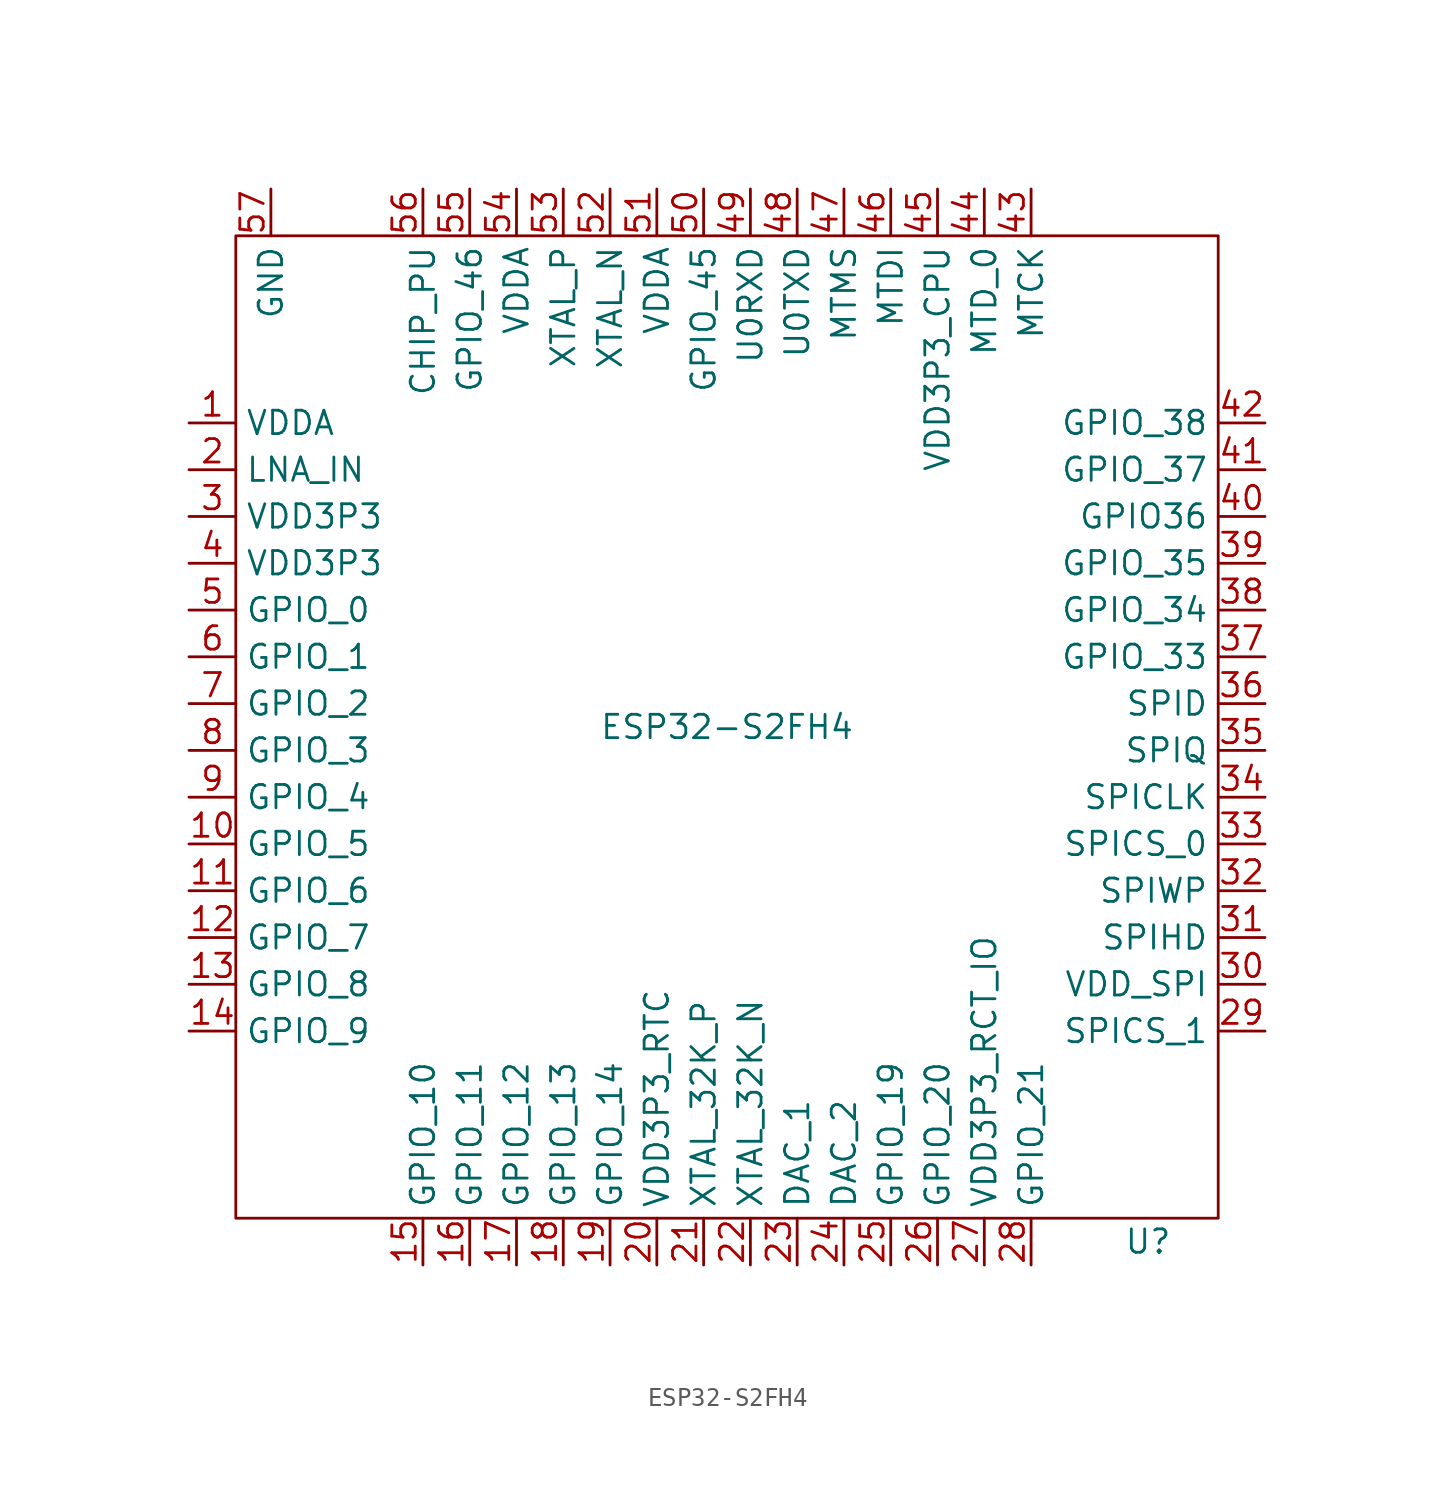
<source format=kicad_sym>
(kicad_symbol_lib
  (version 20211014)
  (generator kicad_symbol_editor)
  (symbol "ESP32-S2FH4"
    (property "Reference" "U"
      (at 22.86 -27.94 0)
      (effects (font (size 1.27 1.27))))
    (property "Value" "ESP32-S2FH4"
      (at 0 0 0)
      (effects (font (size 1.27 1.27))))
    (symbol "ESP32-S2FH4_0_1"
      (rectangle (start -26.67 26.67) (end 26.67 -26.67) (stroke (width 0.152) (type default) (color 0 0 0 0)) (fill (type none))))
    (symbol "ESP32-S2FH4_1_1"
      (pin power_in line (at -29.21 16.51 0) (length 2.54) (name "VDDA" (effects (font (size 1.27 1.27)))) (number "1" (effects (font (size 1.27 1.27)))))
      (pin bidirectional line (at -29.21 -6.35 0) (length 2.54) (name "GPIO_5" (effects (font (size 1.27 1.27)))) (number "10" (effects (font (size 1.27 1.27)))))
      (pin bidirectional line (at -29.21 -8.89 0) (length 2.54) (name "GPIO_6" (effects (font (size 1.27 1.27)))) (number "11" (effects (font (size 1.27 1.27)))))
      (pin bidirectional line (at -29.21 -11.43 0) (length 2.54) (name "GPIO_7" (effects (font (size 1.27 1.27)))) (number "12" (effects (font (size 1.27 1.27)))))
      (pin bidirectional line (at -29.21 -13.97 0) (length 2.54) (name "GPIO_8" (effects (font (size 1.27 1.27)))) (number "13" (effects (font (size 1.27 1.27)))))
      (pin bidirectional line (at -29.21 -16.51 0) (length 2.54) (name "GPIO_9" (effects (font (size 1.27 1.27)))) (number "14" (effects (font (size 1.27 1.27)))))
      (pin bidirectional line (at -16.51 -29.21 90) (length 2.54) (name "GPIO_10" (effects (font (size 1.27 1.27)))) (number "15" (effects (font (size 1.27 1.27)))))
      (pin bidirectional line (at -13.97 -29.21 90) (length 2.54) (name "GPIO_11" (effects (font (size 1.27 1.27)))) (number "16" (effects (font (size 1.27 1.27)))))
      (pin bidirectional line (at -11.43 -29.21 90) (length 2.54) (name "GPIO_12" (effects (font (size 1.27 1.27)))) (number "17" (effects (font (size 1.27 1.27)))))
      (pin bidirectional line (at -8.89 -29.21 90) (length 2.54) (name "GPIO_13" (effects (font (size 1.27 1.27)))) (number "18" (effects (font (size 1.27 1.27)))))
      (pin bidirectional line (at -6.35 -29.21 90) (length 2.54) (name "GPIO_14" (effects (font (size 1.27 1.27)))) (number "19" (effects (font (size 1.27 1.27)))))
      (pin passive line (at -29.21 13.97 0) (length 2.54) (name "LNA_IN" (effects (font (size 1.27 1.27)))) (number "2" (effects (font (size 1.27 1.27)))))
      (pin power_in line (at -3.81 -29.21 90) (length 2.54) (name "VDD3P3_RTC" (effects (font (size 1.27 1.27)))) (number "20" (effects (font (size 1.27 1.27)))))
      (pin input line (at -1.27 -29.21 90) (length 2.54) (name "XTAL_32K_P" (effects (font (size 1.27 1.27)))) (number "21" (effects (font (size 1.27 1.27)))))
      (pin input line (at 1.27 -29.21 90) (length 2.54) (name "XTAL_32K_N" (effects (font (size 1.27 1.27)))) (number "22" (effects (font (size 1.27 1.27)))))
      (pin bidirectional line (at 3.81 -29.21 90) (length 2.54) (name "DAC_1" (effects (font (size 1.27 1.27)))) (number "23" (effects (font (size 1.27 1.27)))))
      (pin bidirectional line (at 6.35 -29.21 90) (length 2.54) (name "DAC_2" (effects (font (size 1.27 1.27)))) (number "24" (effects (font (size 1.27 1.27)))))
      (pin bidirectional line (at 8.89 -29.21 90) (length 2.54) (name "GPIO_19" (effects (font (size 1.27 1.27)))) (number "25" (effects (font (size 1.27 1.27)))))
      (pin bidirectional line (at 11.43 -29.21 90) (length 2.54) (name "GPIO_20" (effects (font (size 1.27 1.27)))) (number "26" (effects (font (size 1.27 1.27)))))
      (pin bidirectional line (at 13.97 -29.21 90) (length 2.54) (name "VDD3P3_RCT_IO" (effects (font (size 1.27 1.27)))) (number "27" (effects (font (size 1.27 1.27)))))
      (pin bidirectional line (at 16.51 -29.21 90) (length 2.54) (name "GPIO_21" (effects (font (size 1.27 1.27)))) (number "28" (effects (font (size 1.27 1.27)))))
      (pin bidirectional line (at 29.21 -16.51 180) (length 2.54) (name "SPICS_1" (effects (font (size 1.27 1.27)))) (number "29" (effects (font (size 1.27 1.27)))))
      (pin power_in line (at -29.21 11.43 0) (length 2.54) (name "VDD3P3" (effects (font (size 1.27 1.27)))) (number "3" (effects (font (size 1.27 1.27)))))
      (pin power_in line (at 29.21 -13.97 180) (length 2.54) (name "VDD_SPI" (effects (font (size 1.27 1.27)))) (number "30" (effects (font (size 1.27 1.27)))))
      (pin bidirectional line (at 29.21 -11.43 180) (length 2.54) (name "SPIHD" (effects (font (size 1.27 1.27)))) (number "31" (effects (font (size 1.27 1.27)))))
      (pin bidirectional line (at 29.21 -8.89 180) (length 2.54) (name "SPIWP" (effects (font (size 1.27 1.27)))) (number "32" (effects (font (size 1.27 1.27)))))
      (pin bidirectional line (at 29.21 -6.35 180) (length 2.54) (name "SPICS_0" (effects (font (size 1.27 1.27)))) (number "33" (effects (font (size 1.27 1.27)))))
      (pin bidirectional line (at 29.21 -3.81 180) (length 2.54) (name "SPICLK" (effects (font (size 1.27 1.27)))) (number "34" (effects (font (size 1.27 1.27)))))
      (pin bidirectional line (at 29.21 -1.27 180) (length 2.54) (name "SPIQ" (effects (font (size 1.27 1.27)))) (number "35" (effects (font (size 1.27 1.27)))))
      (pin bidirectional line (at 29.21 1.27 180) (length 2.54) (name "SPID" (effects (font (size 1.27 1.27)))) (number "36" (effects (font (size 1.27 1.27)))))
      (pin bidirectional line (at 29.21 3.81 180) (length 2.54) (name "GPIO_33" (effects (font (size 1.27 1.27)))) (number "37" (effects (font (size 1.27 1.27)))))
      (pin bidirectional line (at 29.21 6.35 180) (length 2.54) (name "GPIO_34" (effects (font (size 1.27 1.27)))) (number "38" (effects (font (size 1.27 1.27)))))
      (pin bidirectional line (at 29.21 8.89 180) (length 2.54) (name "GPIO_35" (effects (font (size 1.27 1.27)))) (number "39" (effects (font (size 1.27 1.27)))))
      (pin power_in line (at -29.21 8.89 0) (length 2.54) (name "VDD3P3" (effects (font (size 1.27 1.27)))) (number "4" (effects (font (size 1.27 1.27)))))
      (pin bidirectional line (at 29.21 11.43 180) (length 2.54) (name "GPIO36" (effects (font (size 1.27 1.27)))) (number "40" (effects (font (size 1.27 1.27)))))
      (pin bidirectional line (at 29.21 13.97 180) (length 2.54) (name "GPIO_37" (effects (font (size 1.27 1.27)))) (number "41" (effects (font (size 1.27 1.27)))))
      (pin bidirectional line (at 29.21 16.51 180) (length 2.54) (name "GPIO_38" (effects (font (size 1.27 1.27)))) (number "42" (effects (font (size 1.27 1.27)))))
      (pin bidirectional line (at 16.51 29.21 270) (length 2.54) (name "MTCK" (effects (font (size 1.27 1.27)))) (number "43" (effects (font (size 1.27 1.27)))))
      (pin bidirectional line (at 13.97 29.21 270) (length 2.54) (name "MTD_0" (effects (font (size 1.27 1.27)))) (number "44" (effects (font (size 1.27 1.27)))))
      (pin bidirectional line (at 11.43 29.21 270) (length 2.54) (name "VDD3P3_CPU" (effects (font (size 1.27 1.27)))) (number "45" (effects (font (size 1.27 1.27)))))
      (pin bidirectional line (at 8.89 29.21 270) (length 2.54) (name "MTDI" (effects (font (size 1.27 1.27)))) (number "46" (effects (font (size 1.27 1.27)))))
      (pin bidirectional line (at 6.35 29.21 270) (length 2.54) (name "MTMS" (effects (font (size 1.27 1.27)))) (number "47" (effects (font (size 1.27 1.27)))))
      (pin bidirectional line (at 3.81 29.21 270) (length 2.54) (name "U0TXD" (effects (font (size 1.27 1.27)))) (number "48" (effects (font (size 1.27 1.27)))))
      (pin bidirectional line (at 1.27 29.21 270) (length 2.54) (name "U0RXD" (effects (font (size 1.27 1.27)))) (number "49" (effects (font (size 1.27 1.27)))))
      (pin bidirectional line (at -29.21 6.35 0) (length 2.54) (name "GPIO_0" (effects (font (size 1.27 1.27)))) (number "5" (effects (font (size 1.27 1.27)))))
      (pin bidirectional line (at -1.27 29.21 270) (length 2.54) (name "GPIO_45" (effects (font (size 1.27 1.27)))) (number "50" (effects (font (size 1.27 1.27)))))
      (pin power_in line (at -3.81 29.21 270) (length 2.54) (name "VDDA" (effects (font (size 1.27 1.27)))) (number "51" (effects (font (size 1.27 1.27)))))
      (pin input line (at -6.35 29.21 270) (length 2.54) (name "XTAL_N" (effects (font (size 1.27 1.27)))) (number "52" (effects (font (size 1.27 1.27)))))
      (pin input line (at -8.89 29.21 270) (length 2.54) (name "XTAL_P" (effects (font (size 1.27 1.27)))) (number "53" (effects (font (size 1.27 1.27)))))
      (pin power_in line (at -11.43 29.21 270) (length 2.54) (name "VDDA" (effects (font (size 1.27 1.27)))) (number "54" (effects (font (size 1.27 1.27)))))
      (pin bidirectional line (at -13.97 29.21 270) (length 2.54) (name "GPIO_46" (effects (font (size 1.27 1.27)))) (number "55" (effects (font (size 1.27 1.27)))))
      (pin bidirectional line (at -16.51 29.21 270) (length 2.54) (name "CHIP_PU" (effects (font (size 1.27 1.27)))) (number "56" (effects (font (size 1.27 1.27)))))
      (pin power_out line (at -24.765 29.21 270) (length 2.54) (name "GND" (effects (font (size 1.27 1.27)))) (number "57" (effects (font (size 1.27 1.27)))))
      (pin bidirectional line (at -29.21 3.81 0) (length 2.54) (name "GPIO_1" (effects (font (size 1.27 1.27)))) (number "6" (effects (font (size 1.27 1.27)))))
      (pin bidirectional line (at -29.21 1.27 0) (length 2.54) (name "GPIO_2" (effects (font (size 1.27 1.27)))) (number "7" (effects (font (size 1.27 1.27)))))
      (pin bidirectional line (at -29.21 -1.27 0) (length 2.54) (name "GPIO_3" (effects (font (size 1.27 1.27)))) (number "8" (effects (font (size 1.27 1.27)))))
      (pin bidirectional line (at -29.21 -3.81 0) (length 2.54) (name "GPIO_4" (effects (font (size 1.27 1.27)))) (number "9" (effects (font (size 1.27 1.27))))))))
</source>
